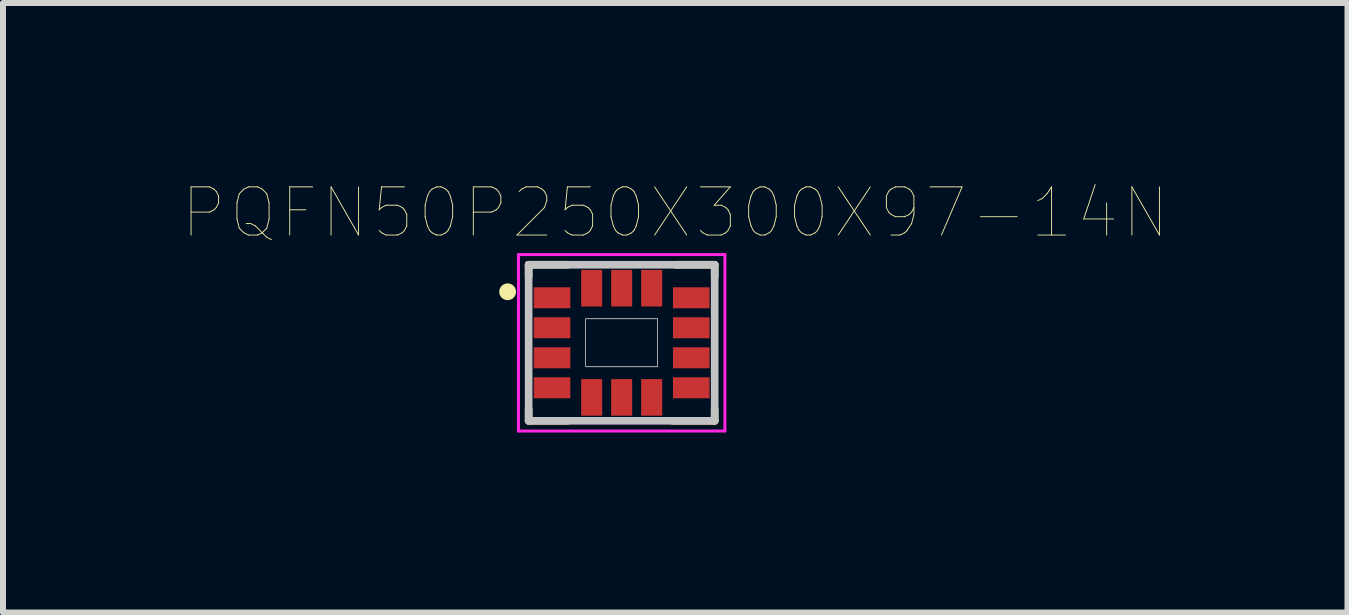
<source format=kicad_pcb>
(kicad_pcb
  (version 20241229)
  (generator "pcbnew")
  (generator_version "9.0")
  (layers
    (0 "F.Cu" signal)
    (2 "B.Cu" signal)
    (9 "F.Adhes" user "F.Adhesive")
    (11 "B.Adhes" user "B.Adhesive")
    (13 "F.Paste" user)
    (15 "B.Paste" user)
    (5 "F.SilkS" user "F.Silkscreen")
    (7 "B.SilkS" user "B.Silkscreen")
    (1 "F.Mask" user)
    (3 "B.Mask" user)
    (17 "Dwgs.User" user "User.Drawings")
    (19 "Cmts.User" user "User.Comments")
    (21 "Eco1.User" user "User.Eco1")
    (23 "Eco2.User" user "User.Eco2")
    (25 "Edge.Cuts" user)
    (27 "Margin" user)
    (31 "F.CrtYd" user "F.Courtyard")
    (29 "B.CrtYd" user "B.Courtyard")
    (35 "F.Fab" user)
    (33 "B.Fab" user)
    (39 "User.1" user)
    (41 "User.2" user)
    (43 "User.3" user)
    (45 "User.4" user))
  (footprint "PQFN50P250X300X97-14N"
    (layer "F.Cu")
    (at 7.309 2.662)
    (property "Reference" "PQFN50P250X300X97-14N" (at 0.893 -2.166 0) (layer "F.SilkS") (effects (font (size 0.803 0.803) (thickness 0.015))))
    (attr through_hole)
    (fp_line (start -1.55 -1.3) (end -0.9 -1.3) (stroke (width 0.127) (type solid)) (layer "F.SilkS"))
    (fp_line (start -1.55 -1.1) (end -1.55 -1.3) (stroke (width 0.127) (type solid)) (layer "F.SilkS"))
    (fp_line (start -1.55 1.1) (end -1.55 1.3) (stroke (width 0.127) (type solid)) (layer "F.SilkS"))
    (fp_line (start -1.55 1.3) (end -0.9 1.3) (stroke (width 0.127) (type solid)) (layer "F.SilkS"))
    (fp_line (start 0.85 1.3) (end 1.55 1.3) (stroke (width 0.127) (type solid)) (layer "F.SilkS"))
    (fp_line (start 0.9 -1.3) (end 1.55 -1.3) (stroke (width 0.127) (type solid)) (layer "F.SilkS"))
    (fp_line (start 1.55 -1.3) (end 1.55 -1.1) (stroke (width 0.127) (type solid)) (layer "F.SilkS"))
    (fp_line (start 1.55 1.3) (end 1.55 1.1) (stroke (width 0.127) (type solid)) (layer "F.SilkS"))
    (fp_circle (center -1.9 -0.85) (end -1.83 -0.85) (stroke (width 0.14) (type solid)) (fill no) (layer "F.SilkS"))
    (fp_line (start -1.55 -1.3) (end 1.55 -1.3) (stroke (width 0.127) (type solid)) (layer "Dwgs.User"))
    (fp_line (start -1.55 1.3) (end -1.55 -1.3) (stroke (width 0.127) (type solid)) (layer "Dwgs.User"))
    (fp_line (start 1.55 -1.3) (end 1.55 1.3) (stroke (width 0.127) (type solid)) (layer "Dwgs.User"))
    (fp_line (start 1.55 1.3) (end -1.55 1.3) (stroke (width 0.127) (type solid)) (layer "Dwgs.User"))
    (fp_poly (pts (xy -0.6 -0.4) (xy 0.6 -0.4) (xy 0.6 0.4) (xy -0.6 0.4)) (stroke (width 0.01) (type solid)) (fill no) (layer "Dwgs.User"))
    (fp_poly (pts (xy -0.6 -0.4) (xy 0.6 -0.4) (xy 0.6 0.4) (xy -0.6 0.4)) (stroke (width 0.01) (type solid)) (fill no) (layer "Dwgs.User"))
    (fp_line (start -1.72 -1.47) (end -1.72 1.47) (stroke (width 0.05) (type solid)) (layer "F.CrtYd"))
    (fp_line (start -1.72 1.47) (end 1.72 1.47) (stroke (width 0.05) (type solid)) (layer "F.CrtYd"))
    (fp_line (start 1.72 -1.47) (end -1.72 -1.47) (stroke (width 0.05) (type solid)) (layer "F.CrtYd"))
    (fp_line (start 1.72 1.47) (end 1.72 -1.47) (stroke (width 0.05) (type solid)) (layer "F.CrtYd"))
    (pad "1" smd rect (at -1.16 -0.75) (size 0.61 0.35) (layers "F.Cu" "F.Mask" "F.Paste"))
    (pad "2" smd rect (at -1.16 -0.25) (size 0.61 0.35) (layers "F.Cu" "F.Mask" "F.Paste"))
    (pad "3" smd rect (at -1.16 0.25) (size 0.61 0.35) (layers "F.Cu" "F.Mask" "F.Paste"))
    (pad "4" smd rect (at -1.16 0.75) (size 0.61 0.35) (layers "F.Cu" "F.Mask" "F.Paste"))
    (pad "5" smd rect (at -0.5 0.91) (size 0.35 0.61) (layers "F.Cu" "F.Mask" "F.Paste"))
    (pad "6" smd rect (at 0 0.91) (size 0.35 0.61) (layers "F.Cu" "F.Mask" "F.Paste"))
    (pad "7" smd rect (at 0.5 0.91) (size 0.35 0.61) (layers "F.Cu" "F.Mask" "F.Paste"))
    (pad "8" smd rect (at 1.16 0.75) (size 0.61 0.35) (layers "F.Cu" "F.Mask" "F.Paste"))
    (pad "9" smd rect (at 1.16 0.25) (size 0.61 0.35) (layers "F.Cu" "F.Mask" "F.Paste"))
    (pad "10" smd rect (at 1.16 -0.25) (size 0.61 0.35) (layers "F.Cu" "F.Mask" "F.Paste"))
    (pad "11" smd rect (at 1.16 -0.75) (size 0.61 0.35) (layers "F.Cu" "F.Mask" "F.Paste"))
    (pad "12" smd rect (at 0.5 -0.91) (size 0.35 0.61) (layers "F.Cu" "F.Mask" "F.Paste"))
    (pad "13" smd rect (at 0 -0.91) (size 0.35 0.61) (layers "F.Cu" "F.Mask" "F.Paste"))
    (pad "14" smd rect (at -0.5 -0.91) (size 0.35 0.61) (layers "F.Cu" "F.Mask" "F.Paste")))
  (gr_rect
    (start -3 -3)
    (end 19.404 7.157)
    (stroke (width 0.1) (type default))
    (fill no)
    (layer "Edge.Cuts")))
</source>
